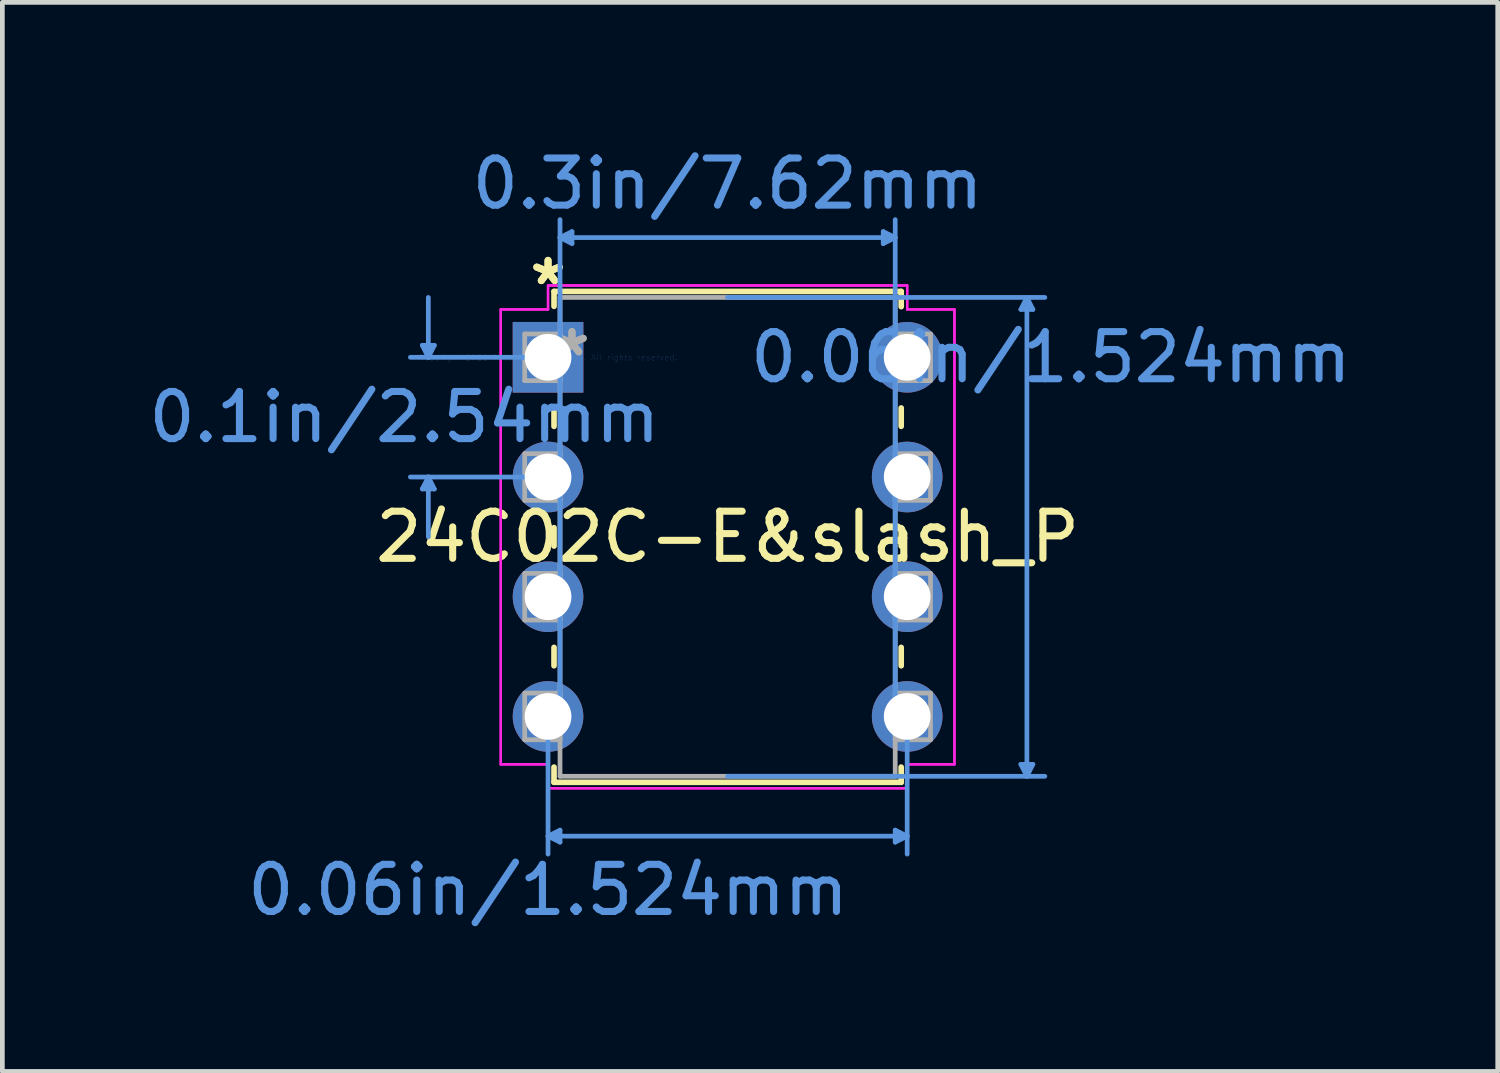
<source format=kicad_pcb>
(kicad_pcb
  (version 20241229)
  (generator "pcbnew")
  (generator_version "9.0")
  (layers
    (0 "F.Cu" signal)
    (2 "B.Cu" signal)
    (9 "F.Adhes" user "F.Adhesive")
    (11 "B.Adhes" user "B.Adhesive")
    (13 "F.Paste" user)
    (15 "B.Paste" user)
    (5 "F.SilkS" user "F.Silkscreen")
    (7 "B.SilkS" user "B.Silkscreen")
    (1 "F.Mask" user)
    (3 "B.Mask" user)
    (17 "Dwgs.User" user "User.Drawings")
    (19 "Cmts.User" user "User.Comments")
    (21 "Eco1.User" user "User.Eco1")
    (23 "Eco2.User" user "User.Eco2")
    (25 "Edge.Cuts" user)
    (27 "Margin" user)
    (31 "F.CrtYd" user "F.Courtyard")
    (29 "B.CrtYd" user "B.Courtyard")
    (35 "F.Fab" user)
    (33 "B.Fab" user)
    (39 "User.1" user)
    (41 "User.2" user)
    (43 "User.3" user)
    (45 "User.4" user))
  (footprint "24C02C-E&slash_P"
    (layer "F.Cu")
    (at 8.578 4.531)
    (property "Reference" "24C02C-E&slash_P" (at 3.81 3.81 0) (layer "F.SilkS") (effects (font (size 1 1) (thickness 0.15))))
    (attr through_hole)
    (fp_line (start 0.127 -1.397) (end 0.127 -1.082) (stroke (width 0.12) (type solid)) (layer "F.SilkS"))
    (fp_line (start 0.127 1.082) (end 0.127 1.465) (stroke (width 0.12) (type solid)) (layer "F.SilkS"))
    (fp_line (start 0.127 3.615) (end 0.127 4.005) (stroke (width 0.12) (type solid)) (layer "F.SilkS"))
    (fp_line (start 0.127 6.155) (end 0.127 6.545) (stroke (width 0.12) (type solid)) (layer "F.SilkS"))
    (fp_line (start 0.127 8.695) (end 0.127 9.017) (stroke (width 0.12) (type solid)) (layer "F.SilkS"))
    (fp_line (start 0.127 9.017) (end 7.493 9.017) (stroke (width 0.12) (type solid)) (layer "F.SilkS"))
    (fp_line (start 7.493 -1.397) (end 0.127 -1.397) (stroke (width 0.12) (type solid)) (layer "F.SilkS"))
    (fp_line (start 7.493 -1.075) (end 7.493 -1.397) (stroke (width 0.12) (type solid)) (layer "F.SilkS"))
    (fp_line (start 7.493 1.465) (end 7.493 1.075) (stroke (width 0.12) (type solid)) (layer "F.SilkS"))
    (fp_line (start 7.493 4.005) (end 7.493 3.615) (stroke (width 0.12) (type solid)) (layer "F.SilkS"))
    (fp_line (start 7.493 6.545) (end 7.493 6.155) (stroke (width 0.12) (type solid)) (layer "F.SilkS"))
    (fp_line (start 7.493 9.017) (end 7.493 8.695) (stroke (width 0.12) (type solid)) (layer "F.SilkS"))
    (fp_line (start -2.667 -0.254) (end -2.413 -0.254) (stroke (width 0.1) (type solid)) (layer "Cmts.User"))
    (fp_line (start -2.667 2.794) (end -2.413 2.794) (stroke (width 0.1) (type solid)) (layer "Cmts.User"))
    (fp_line (start -2.54 0) (end -2.667 -0.254) (stroke (width 0.1) (type solid)) (layer "Cmts.User"))
    (fp_line (start -2.54 0) (end -2.54 -1.27) (stroke (width 0.1) (type solid)) (layer "Cmts.User"))
    (fp_line (start -2.54 0) (end -2.413 -0.254) (stroke (width 0.1) (type solid)) (layer "Cmts.User"))
    (fp_line (start -2.54 2.54) (end -2.667 2.794) (stroke (width 0.1) (type solid)) (layer "Cmts.User"))
    (fp_line (start -2.54 2.54) (end -2.54 3.81) (stroke (width 0.1) (type solid)) (layer "Cmts.User"))
    (fp_line (start -2.54 2.54) (end -2.413 2.794) (stroke (width 0.1) (type solid)) (layer "Cmts.User"))
    (fp_line (start 0 0) (end -2.921 0) (stroke (width 0.1) (type solid)) (layer "Cmts.User"))
    (fp_line (start 0 2.54) (end -2.921 2.54) (stroke (width 0.1) (type solid)) (layer "Cmts.User"))
    (fp_line (start 0 7.62) (end 0 10.541) (stroke (width 0.1) (type solid)) (layer "Cmts.User"))
    (fp_line (start 0 10.16) (end 0.254 10.033) (stroke (width 0.1) (type solid)) (layer "Cmts.User"))
    (fp_line (start 0 10.16) (end 0.254 10.287) (stroke (width 0.1) (type solid)) (layer "Cmts.User"))
    (fp_line (start 0 10.16) (end 7.62 10.16) (stroke (width 0.1) (type solid)) (layer "Cmts.User"))
    (fp_line (start 0.254 -2.54) (end 0.508 -2.667) (stroke (width 0.1) (type solid)) (layer "Cmts.User"))
    (fp_line (start 0.254 -2.54) (end 0.508 -2.413) (stroke (width 0.1) (type solid)) (layer "Cmts.User"))
    (fp_line (start 0.254 -2.54) (end 7.366 -2.54) (stroke (width 0.1) (type solid)) (layer "Cmts.User"))
    (fp_line (start 0.254 7.62) (end 0.254 -2.921) (stroke (width 0.1) (type solid)) (layer "Cmts.User"))
    (fp_line (start 0.254 10.033) (end 0.254 10.287) (stroke (width 0.1) (type solid)) (layer "Cmts.User"))
    (fp_line (start 0.508 -2.667) (end 0.508 -2.413) (stroke (width 0.1) (type solid)) (layer "Cmts.User"))
    (fp_line (start 3.81 -1.27) (end 10.541 -1.27) (stroke (width 0.1) (type solid)) (layer "Cmts.User"))
    (fp_line (start 3.81 8.89) (end 10.541 8.89) (stroke (width 0.1) (type solid)) (layer "Cmts.User"))
    (fp_line (start 7.112 -2.667) (end 7.112 -2.413) (stroke (width 0.1) (type solid)) (layer "Cmts.User"))
    (fp_line (start 7.366 -2.54) (end 7.112 -2.667) (stroke (width 0.1) (type solid)) (layer "Cmts.User"))
    (fp_line (start 7.366 -2.54) (end 7.112 -2.413) (stroke (width 0.1) (type solid)) (layer "Cmts.User"))
    (fp_line (start 7.366 7.62) (end 7.366 -2.921) (stroke (width 0.1) (type solid)) (layer "Cmts.User"))
    (fp_line (start 7.366 10.033) (end 7.366 10.287) (stroke (width 0.1) (type solid)) (layer "Cmts.User"))
    (fp_line (start 7.62 7.62) (end 7.62 10.541) (stroke (width 0.1) (type solid)) (layer "Cmts.User"))
    (fp_line (start 7.62 10.16) (end 7.366 10.033) (stroke (width 0.1) (type solid)) (layer "Cmts.User"))
    (fp_line (start 7.62 10.16) (end 7.366 10.287) (stroke (width 0.1) (type solid)) (layer "Cmts.User"))
    (fp_line (start 10.033 -1.016) (end 10.287 -1.016) (stroke (width 0.1) (type solid)) (layer "Cmts.User"))
    (fp_line (start 10.033 8.636) (end 10.287 8.636) (stroke (width 0.1) (type solid)) (layer "Cmts.User"))
    (fp_line (start 10.16 -1.27) (end 10.033 -1.016) (stroke (width 0.1) (type solid)) (layer "Cmts.User"))
    (fp_line (start 10.16 -1.27) (end 10.16 8.89) (stroke (width 0.1) (type solid)) (layer "Cmts.User"))
    (fp_line (start 10.16 -1.27) (end 10.287 -1.016) (stroke (width 0.1) (type solid)) (layer "Cmts.User"))
    (fp_line (start 10.16 8.89) (end 10.033 8.636) (stroke (width 0.1) (type solid)) (layer "Cmts.User"))
    (fp_line (start 10.16 8.89) (end 10.287 8.636) (stroke (width 0.1) (type solid)) (layer "Cmts.User"))
    (fp_line (start -1.003 -1.016) (end -1.003 8.636) (stroke (width 0.05) (type solid)) (layer "F.CrtYd"))
    (fp_line (start -1.003 -1.016) (end 0 -1.016) (stroke (width 0.05) (type solid)) (layer "F.CrtYd"))
    (fp_line (start -1.003 8.636) (end -1.003 -1.016) (stroke (width 0.05) (type solid)) (layer "F.CrtYd"))
    (fp_line (start -1.003 8.636) (end 0 8.636) (stroke (width 0.05) (type solid)) (layer "F.CrtYd"))
    (fp_line (start 0 -1.524) (end 0 -1.016) (stroke (width 0.05) (type solid)) (layer "F.CrtYd"))
    (fp_line (start 0 -1.524) (end 7.62 -1.524) (stroke (width 0.05) (type solid)) (layer "F.CrtYd"))
    (fp_line (start 0 -1.016) (end -1.003 -1.016) (stroke (width 0.05) (type solid)) (layer "F.CrtYd"))
    (fp_line (start 0 -1.016) (end 0 -1.524) (stroke (width 0.05) (type solid)) (layer "F.CrtYd"))
    (fp_line (start 0 8.636) (end -1.003 8.636) (stroke (width 0.05) (type solid)) (layer "F.CrtYd"))
    (fp_line (start 0 8.636) (end 0 9.144) (stroke (width 0.05) (type solid)) (layer "F.CrtYd"))
    (fp_line (start 0 9.144) (end 0 8.636) (stroke (width 0.05) (type solid)) (layer "F.CrtYd"))
    (fp_line (start 0 9.144) (end 7.62 9.144) (stroke (width 0.05) (type solid)) (layer "F.CrtYd"))
    (fp_line (start 7.62 -1.524) (end 0 -1.524) (stroke (width 0.05) (type solid)) (layer "F.CrtYd"))
    (fp_line (start 7.62 -1.524) (end 7.62 -1.016) (stroke (width 0.05) (type solid)) (layer "F.CrtYd"))
    (fp_line (start 7.62 -1.016) (end 7.62 -1.524) (stroke (width 0.05) (type solid)) (layer "F.CrtYd"))
    (fp_line (start 7.62 8.636) (end 7.62 9.144) (stroke (width 0.05) (type solid)) (layer "F.CrtYd"))
    (fp_line (start 7.62 8.636) (end 8.623 8.636) (stroke (width 0.05) (type solid)) (layer "F.CrtYd"))
    (fp_line (start 7.62 9.144) (end 0 9.144) (stroke (width 0.05) (type solid)) (layer "F.CrtYd"))
    (fp_line (start 7.62 9.144) (end 7.62 8.636) (stroke (width 0.05) (type solid)) (layer "F.CrtYd"))
    (fp_line (start 8.623 -1.016) (end 7.62 -1.016) (stroke (width 0.05) (type solid)) (layer "F.CrtYd"))
    (fp_line (start 8.623 -1.016) (end 7.62 -1.016) (stroke (width 0.05) (type solid)) (layer "F.CrtYd"))
    (fp_line (start 8.623 -1.016) (end 8.623 8.636) (stroke (width 0.05) (type solid)) (layer "F.CrtYd"))
    (fp_line (start 8.623 8.636) (end 7.62 8.636) (stroke (width 0.05) (type solid)) (layer "F.CrtYd"))
    (fp_line (start 8.623 8.636) (end 8.623 -1.016) (stroke (width 0.05) (type solid)) (layer "F.CrtYd"))
    (fp_line (start -0.495 -0.495) (end -0.495 0.495) (stroke (width 0.1) (type solid)) (layer "F.Fab"))
    (fp_line (start -0.495 0.495) (end 0.254 0.495) (stroke (width 0.1) (type solid)) (layer "F.Fab"))
    (fp_line (start -0.495 2.045) (end -0.495 3.035) (stroke (width 0.1) (type solid)) (layer "F.Fab"))
    (fp_line (start -0.495 3.035) (end 0.254 3.035) (stroke (width 0.1) (type solid)) (layer "F.Fab"))
    (fp_line (start -0.495 4.585) (end -0.495 5.575) (stroke (width 0.1) (type solid)) (layer "F.Fab"))
    (fp_line (start -0.495 5.575) (end 0.254 5.575) (stroke (width 0.1) (type solid)) (layer "F.Fab"))
    (fp_line (start -0.495 7.125) (end -0.495 8.115) (stroke (width 0.1) (type solid)) (layer "F.Fab"))
    (fp_line (start -0.495 8.115) (end 0.254 8.115) (stroke (width 0.1) (type solid)) (layer "F.Fab"))
    (fp_line (start 0.254 -1.27) (end 0.254 8.89) (stroke (width 0.1) (type solid)) (layer "F.Fab"))
    (fp_line (start 0.254 -0.495) (end -0.495 -0.495) (stroke (width 0.1) (type solid)) (layer "F.Fab"))
    (fp_line (start 0.254 0.495) (end 0.254 -0.495) (stroke (width 0.1) (type solid)) (layer "F.Fab"))
    (fp_line (start 0.254 2.045) (end -0.495 2.045) (stroke (width 0.1) (type solid)) (layer "F.Fab"))
    (fp_line (start 0.254 3.035) (end 0.254 2.045) (stroke (width 0.1) (type solid)) (layer "F.Fab"))
    (fp_line (start 0.254 4.585) (end -0.495 4.585) (stroke (width 0.1) (type solid)) (layer "F.Fab"))
    (fp_line (start 0.254 5.575) (end 0.254 4.585) (stroke (width 0.1) (type solid)) (layer "F.Fab"))
    (fp_line (start 0.254 7.125) (end -0.495 7.125) (stroke (width 0.1) (type solid)) (layer "F.Fab"))
    (fp_line (start 0.254 8.115) (end 0.254 7.125) (stroke (width 0.1) (type solid)) (layer "F.Fab"))
    (fp_line (start 0.254 8.89) (end 7.366 8.89) (stroke (width 0.1) (type solid)) (layer "F.Fab"))
    (fp_line (start 7.366 -1.27) (end 0.254 -1.27) (stroke (width 0.1) (type solid)) (layer "F.Fab"))
    (fp_line (start 7.366 -0.495) (end 7.366 0.495) (stroke (width 0.1) (type solid)) (layer "F.Fab"))
    (fp_line (start 7.366 0.495) (end 8.115 0.495) (stroke (width 0.1) (type solid)) (layer "F.Fab"))
    (fp_line (start 7.366 2.045) (end 7.366 3.035) (stroke (width 0.1) (type solid)) (layer "F.Fab"))
    (fp_line (start 7.366 3.035) (end 8.115 3.035) (stroke (width 0.1) (type solid)) (layer "F.Fab"))
    (fp_line (start 7.366 4.585) (end 7.366 5.575) (stroke (width 0.1) (type solid)) (layer "F.Fab"))
    (fp_line (start 7.366 5.575) (end 8.115 5.575) (stroke (width 0.1) (type solid)) (layer "F.Fab"))
    (fp_line (start 7.366 7.125) (end 7.366 8.115) (stroke (width 0.1) (type solid)) (layer "F.Fab"))
    (fp_line (start 7.366 8.115) (end 8.115 8.115) (stroke (width 0.1) (type solid)) (layer "F.Fab"))
    (fp_line (start 7.366 8.89) (end 7.366 -1.27) (stroke (width 0.1) (type solid)) (layer "F.Fab"))
    (fp_line (start 8.115 -0.495) (end 7.366 -0.495) (stroke (width 0.1) (type solid)) (layer "F.Fab"))
    (fp_line (start 8.115 0.495) (end 8.115 -0.495) (stroke (width 0.1) (type solid)) (layer "F.Fab"))
    (fp_line (start 8.115 2.045) (end 7.366 2.045) (stroke (width 0.1) (type solid)) (layer "F.Fab"))
    (fp_line (start 8.115 3.035) (end 8.115 2.045) (stroke (width 0.1) (type solid)) (layer "F.Fab"))
    (fp_line (start 8.115 4.585) (end 7.366 4.585) (stroke (width 0.1) (type solid)) (layer "F.Fab"))
    (fp_line (start 8.115 5.575) (end 8.115 4.585) (stroke (width 0.1) (type solid)) (layer "F.Fab"))
    (fp_line (start 8.115 7.125) (end 7.366 7.125) (stroke (width 0.1) (type solid)) (layer "F.Fab"))
    (fp_line (start 8.115 8.115) (end 8.115 7.125) (stroke (width 0.1) (type solid)) (layer "F.Fab"))
    (fp_text user "*" (at 0 -1.511 0) (layer "F.SilkS") (effects (font (size 1 1) (thickness 0.15))))
    (fp_text user "*" (at 0 -1.511 0) (layer "F.SilkS") (effects (font (size 1 1) (thickness 0.15))))
    (fp_text user "Copyright 2021 Accelerated Designs. All rights reserved." (at 0 0 0) (layer "Cmts.User") (effects (font (size 0.127 0.127) (thickness 0.002))))
    (fp_text user "0.3in/7.62mm" (at 3.81 -3.683 0) (layer "Cmts.User") (effects (font (size 1 1) (thickness 0.15))))
    (fp_text user "0.06in/1.524mm" (at 0 11.303 0) (layer "Cmts.User") (effects (font (size 1 1) (thickness 0.15))))
    (fp_text user "0.06in/1.524mm" (at 10.668 0 0) (layer "Cmts.User") (effects (font (size 1 1) (thickness 0.15))))
    (fp_text user "0.1in/2.54mm" (at -3.048 1.27 0) (layer "Cmts.User") (effects (font (size 1 1) (thickness 0.15))))
    (fp_text user "*" (at 0.508 0 0) (layer "F.Fab") (effects (font (size 1 1) (thickness 0.15))))
    (fp_text user "*" (at 0.508 0 0) (layer "F.Fab") (effects (font (size 1 1) (thickness 0.15))))
    (pad "1" thru_hole rect (at 0 0) (size 1.499 1.499) (drill 0.991) (layers "*.Cu" "*.Mask"))
    (pad "2" thru_hole circle (at 0 2.54) (size 1.499 1.499) (drill 0.991) (layers "*.Cu" "*.Mask"))
    (pad "3" thru_hole circle (at 0 5.08) (size 1.499 1.499) (drill 0.991) (layers "*.Cu" "*.Mask"))
    (pad "4" thru_hole circle (at 0 7.62) (size 1.499 1.499) (drill 0.991) (layers "*.Cu" "*.Mask"))
    (pad "5" thru_hole circle (at 7.62 7.62) (size 1.499 1.499) (drill 0.991) (layers "*.Cu" "*.Mask"))
    (pad "6" thru_hole circle (at 7.62 5.08) (size 1.499 1.499) (drill 0.991) (layers "*.Cu" "*.Mask"))
    (pad "7" thru_hole circle (at 7.62 2.54) (size 1.499 1.499) (drill 0.991) (layers "*.Cu" "*.Mask"))
    (pad "8" thru_hole circle (at 7.62 0) (size 1.499 1.499) (drill 0.991) (layers "*.Cu" "*.Mask")))
  (gr_rect
    (start -3 -3)
    (end 28.728 19.683)
    (stroke (width 0.1) (type default))
    (fill no)
    (layer "Edge.Cuts")))
</source>
